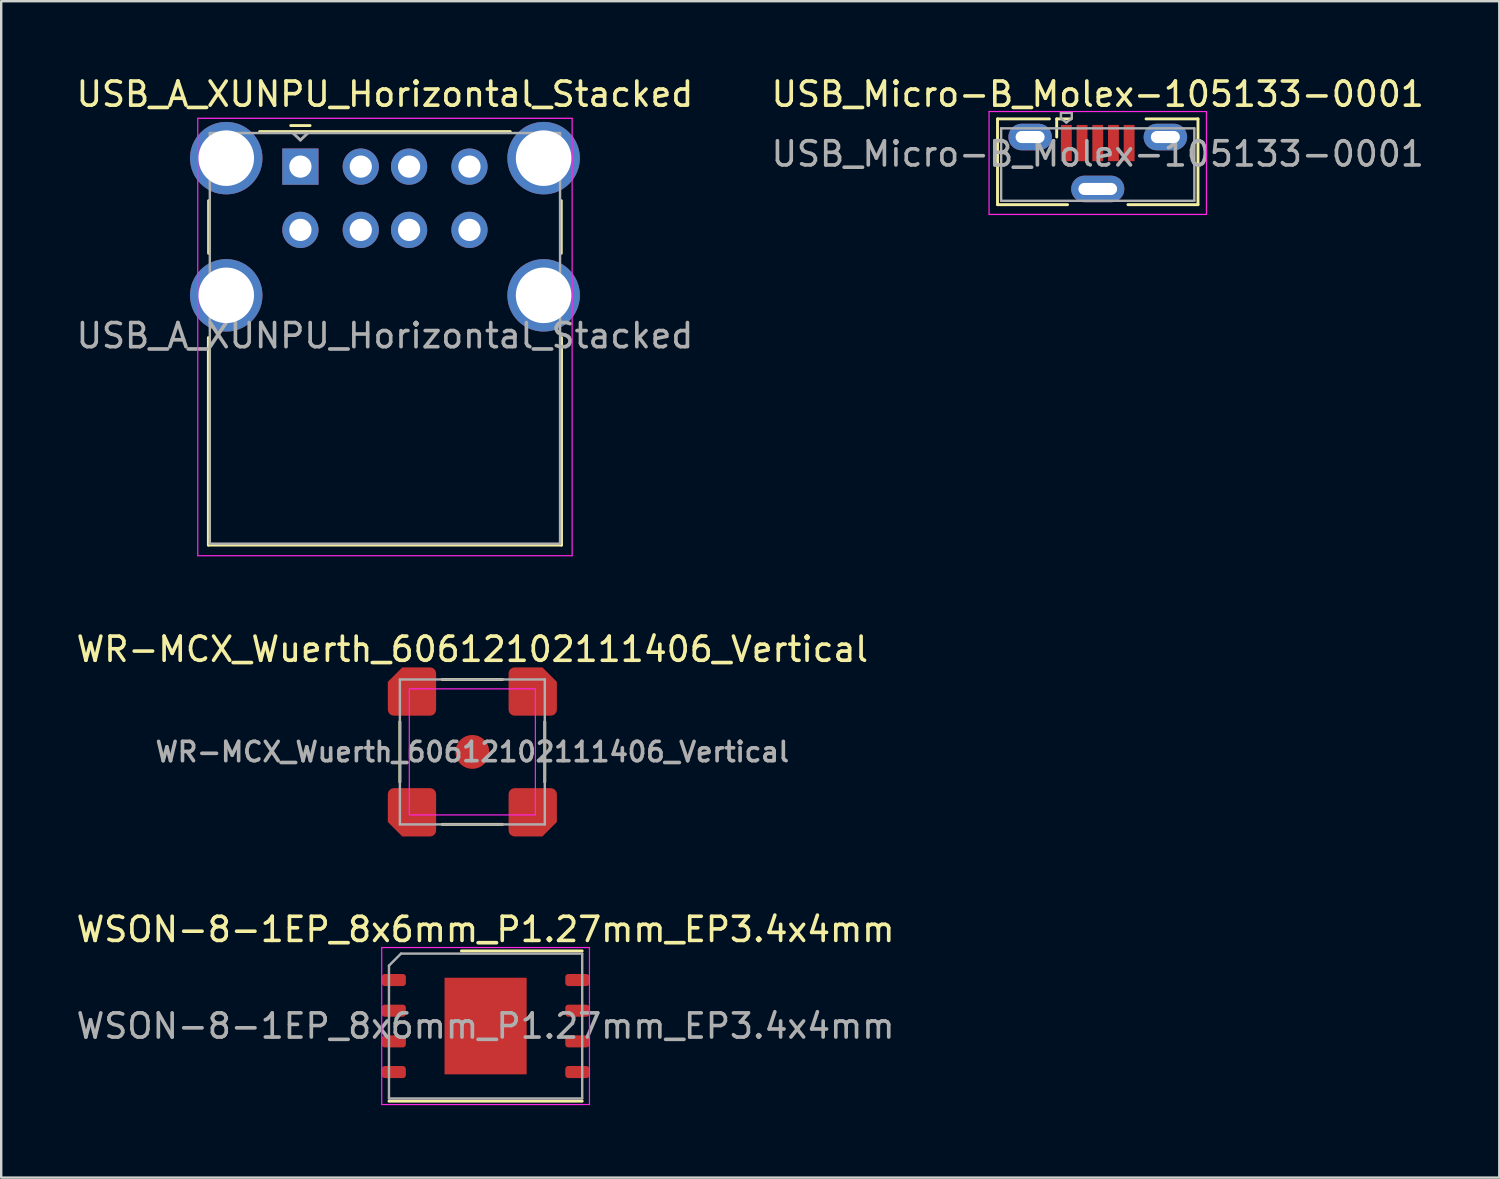
<source format=kicad_pcb>
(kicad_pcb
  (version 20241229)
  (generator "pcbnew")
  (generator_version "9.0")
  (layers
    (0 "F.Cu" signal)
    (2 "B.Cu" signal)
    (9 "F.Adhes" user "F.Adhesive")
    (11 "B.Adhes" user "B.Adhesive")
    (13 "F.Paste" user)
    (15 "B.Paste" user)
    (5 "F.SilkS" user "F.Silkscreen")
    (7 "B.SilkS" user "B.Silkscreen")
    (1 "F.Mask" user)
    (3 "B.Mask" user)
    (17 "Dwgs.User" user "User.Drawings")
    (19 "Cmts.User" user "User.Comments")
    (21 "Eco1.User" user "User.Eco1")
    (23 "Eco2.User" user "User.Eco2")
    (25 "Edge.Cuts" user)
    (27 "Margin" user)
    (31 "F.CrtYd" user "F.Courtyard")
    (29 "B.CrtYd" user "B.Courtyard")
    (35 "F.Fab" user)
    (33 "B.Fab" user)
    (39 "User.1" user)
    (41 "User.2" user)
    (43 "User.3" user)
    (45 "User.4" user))
  (footprint "WR-MCX_Wuerth_60612102111406_Vertical"
    (layer "F.Cu")
    (at 16.506 28.081)
    (property "Reference" "WR-MCX_Wuerth_60612102111406_Vertical" (at 0 -4.25 0) (unlocked yes) (layer "F.SilkS") (effects (font (size 1 1) (thickness 0.15))))
    (attr smd)
    (fp_line (start -3 1.25) (end -3 -1.25) (stroke (width 0.12) (type solid)) (layer "F.SilkS"))
    (fp_line (start -1.25 -3) (end 1.25 -3) (stroke (width 0.12) (type solid)) (layer "F.SilkS"))
    (fp_line (start 1.25 3) (end -1.25 3) (stroke (width 0.12) (type solid)) (layer "F.SilkS"))
    (fp_line (start 3 -1.25) (end 3 1.25) (stroke (width 0.12) (type solid)) (layer "F.SilkS"))
    (fp_rect (start -2.61 -2.61) (end 2.61 2.61) (stroke (width 0.05) (type default)) (fill no) (layer "F.CrtYd"))
    (fp_line (start -3 -3) (end 3 -3) (stroke (width 0.1) (type solid)) (layer "F.Fab"))
    (fp_line (start -3 3) (end -3 -3) (stroke (width 0.1) (type solid)) (layer "F.Fab"))
    (fp_line (start 3 -3) (end 3 3) (stroke (width 0.1) (type solid)) (layer "F.Fab"))
    (fp_line (start 3 3) (end -3 3) (stroke (width 0.1) (type solid)) (layer "F.Fab"))
    (fp_text user "${REFERENCE}" (at 0 0 0) (unlocked yes) (layer "F.Fab") (effects (font (size 0.8 0.8) (thickness 0.15))))
    (pad "1" smd circle (at 0 0) (size 1.4 1.4) (layers "F.Cu" "F.Mask" "F.Paste"))
    (pad "2" smd roundrect (at -2.5 -2.5) (size 2 2) (layers "F.Cu" "F.Mask" "F.Paste") (roundrect_rratio 0.125) (chamfer_ratio 0.3) (chamfer top_left))
    (pad "2" smd roundrect (at -2.5 2.5) (size 2 2) (layers "F.Cu" "F.Mask" "F.Paste") (roundrect_rratio 0.125) (chamfer_ratio 0.3) (chamfer bottom_left))
    (pad "2" smd roundrect (at 2.5 -2.5) (size 2 2) (layers "F.Cu" "F.Mask" "F.Paste") (roundrect_rratio 0.125) (chamfer_ratio 0.3) (chamfer top_right))
    (pad "2" smd roundrect (at 2.5 2.5) (size 2 2) (layers "F.Cu" "F.Mask" "F.Paste") (roundrect_rratio 0.125) (chamfer_ratio 0.3) (chamfer bottom_right)))
  (footprint "USB_Micro-B_Molex-105133-0001"
    (layer "F.Cu")
    (at 42.399 3.698)
    (property "Reference" "USB_Micro-B_Molex-105133-0001" (at 0 -2.85 0) (layer "F.SilkS") (effects (font (size 1 1) (thickness 0.15))))
    (attr smd)
    (fp_line (start -4.15 -1.825) (end -4.15 1.725) (stroke (width 0.12) (type solid)) (layer "F.SilkS"))
    (fp_line (start -4.15 1.725) (end -1.25 1.725) (stroke (width 0.12) (type solid)) (layer "F.SilkS"))
    (fp_line (start -2 -1.825) (end -4.15 -1.825) (stroke (width 0.12) (type solid)) (layer "F.SilkS"))
    (fp_line (start -1.7 -1.825) (end -1.1 -1.825) (stroke (width 0.12) (type solid)) (layer "F.SilkS"))
    (fp_line (start -1.7 -1.075) (end -1.7 -1.825) (stroke (width 0.12) (type solid)) (layer "F.SilkS"))
    (fp_line (start 2 -1.825) (end 4.15 -1.825) (stroke (width 0.12) (type solid)) (layer "F.SilkS"))
    (fp_line (start 4.15 -1.825) (end 4.15 1.725) (stroke (width 0.12) (type solid)) (layer "F.SilkS"))
    (fp_line (start 4.15 1.725) (end 1.25 1.725) (stroke (width 0.12) (type solid)) (layer "F.SilkS"))
    (fp_line (start -4.5 -2.13) (end 4.5 -2.13) (stroke (width 0.05) (type solid)) (layer "F.CrtYd"))
    (fp_line (start -4.5 2.13) (end -4.5 -2.13) (stroke (width 0.05) (type solid)) (layer "F.CrtYd"))
    (fp_line (start -4.5 2.13) (end 4.5 2.13) (stroke (width 0.05) (type solid)) (layer "F.CrtYd"))
    (fp_line (start 4.5 2.13) (end 4.5 -2.13) (stroke (width 0.05) (type solid)) (layer "F.CrtYd"))
    (fp_line (start -4 1.565) (end -4 -1.435) (stroke (width 0.1) (type solid)) (layer "F.Fab"))
    (fp_line (start -4 1.565) (end 4 1.565) (stroke (width 0.1) (type solid)) (layer "F.Fab"))
    (fp_line (start -1.525 -2.075) (end -1.075 -2.075) (stroke (width 0.1) (type solid)) (layer "F.Fab"))
    (fp_line (start -1.525 -1.85) (end -1.525 -2.075) (stroke (width 0.1) (type solid)) (layer "F.Fab"))
    (fp_line (start -1.3 -1.675) (end -1.525 -1.85) (stroke (width 0.1) (type solid)) (layer "F.Fab"))
    (fp_line (start -1.3 -1.675) (end -1.075 -1.85) (stroke (width 0.1) (type solid)) (layer "F.Fab"))
    (fp_line (start -1.075 -2.075) (end -1.075 -1.85) (stroke (width 0.1) (type solid)) (layer "F.Fab"))
    (fp_line (start 4 -1.435) (end -4 -1.435) (stroke (width 0.1) (type solid)) (layer "F.Fab"))
    (fp_line (start 4 1.565) (end 4 -1.435) (stroke (width 0.1) (type solid)) (layer "F.Fab"))
    (fp_text user "${REFERENCE}" (at 0 -0.375 0) (layer "F.Fab") (effects (font (size 1 1) (thickness 0.15))))
    (pad "1" smd rect (at -1.3 -0.825) (size 0.45 1.5) (layers "F.Cu" "F.Mask" "F.Paste"))
    (pad "2" smd rect (at -0.65 -0.825) (size 0.45 1.5) (layers "F.Cu" "F.Mask" "F.Paste"))
    (pad "3" smd rect (at 0 -0.825) (size 0.45 1.5) (layers "F.Cu" "F.Mask" "F.Paste"))
    (pad "4" smd rect (at 0.65 -0.825) (size 0.45 1.5) (layers "F.Cu" "F.Mask" "F.Paste"))
    (pad "5" smd rect (at 1.3 -0.825) (size 0.45 1.5) (layers "F.Cu" "F.Mask" "F.Paste"))
    (pad "6" thru_hole oval (at -2.8 -1.075) (size 1.8 1.1) (drill oval 1.2 0.5) (layers "*.Cu" "*.Mask"))
    (pad "6" thru_hole oval (at 0 1.075) (size 2.2 1.1) (drill oval 1.6 0.5) (layers "*.Cu" "*.Mask"))
    (pad "6" thru_hole oval (at 2.8 -1.075) (size 1.8 1.1) (drill oval 1.2 0.5) (layers "*.Cu" "*.Mask")))
  (footprint "WSON-8-1EP_8x6mm_P1.27mm_EP3.4x4mm"
    (layer "F.Cu")
    (at 17.054 39.43)
    (property "Reference" "WSON-8-1EP_8x6mm_P1.27mm_EP3.4x4mm" (at 0 -4 0) (layer "F.SilkS") (effects (font (size 1 1) (thickness 0.15))))
    (attr smd)
    (fp_line (start -4 3.11) (end 4 3.11) (stroke (width 0.12) (type solid)) (layer "F.SilkS"))
    (fp_line (start -1 -3.11) (end 4 -3.11) (stroke (width 0.12) (type solid)) (layer "F.SilkS"))
    (fp_line (start -4.3 -3.25) (end -4.3 3.25) (stroke (width 0.05) (type solid)) (layer "F.CrtYd"))
    (fp_line (start -4.3 3.25) (end 4.3 3.25) (stroke (width 0.05) (type solid)) (layer "F.CrtYd"))
    (fp_line (start 4.3 -3.25) (end -4.3 -3.25) (stroke (width 0.05) (type solid)) (layer "F.CrtYd"))
    (fp_line (start 4.3 3.25) (end 4.3 -3.25) (stroke (width 0.05) (type solid)) (layer "F.CrtYd"))
    (fp_line (start -4 -2.5) (end -3.5 -3) (stroke (width 0.1) (type solid)) (layer "F.Fab"))
    (fp_line (start -4 3) (end -4 -2.5) (stroke (width 0.1) (type solid)) (layer "F.Fab"))
    (fp_line (start -3.5 -3) (end 4 -3) (stroke (width 0.1) (type solid)) (layer "F.Fab"))
    (fp_line (start 4 -3) (end 4 3) (stroke (width 0.1) (type solid)) (layer "F.Fab"))
    (fp_line (start 4 3) (end -4 3) (stroke (width 0.1) (type solid)) (layer "F.Fab"))
    (fp_text user "${REFERENCE}" (at 0 0 0) (layer "F.Fab") (effects (font (size 1 1) (thickness 0.15))))
    (pad "" smd roundrect (at -0.85 -1) (size 1.37 1.61) (layers "F.Paste") (roundrect_rratio 0.182))
    (pad "" smd roundrect (at -0.85 1) (size 1.37 1.61) (layers "F.Paste") (roundrect_rratio 0.182))
    (pad "" smd roundrect (at 0.85 -1) (size 1.37 1.61) (layers "F.Paste") (roundrect_rratio 0.182))
    (pad "" smd roundrect (at 0.85 1) (size 1.37 1.61) (layers "F.Paste") (roundrect_rratio 0.182))
    (pad "1" smd roundrect (at -3.8 -1.905) (size 1 0.5) (layers "F.Cu" "F.Mask" "F.Paste") (roundrect_rratio 0.25))
    (pad "2" smd roundrect (at -3.8 -0.635) (size 1 0.5) (layers "F.Cu" "F.Mask" "F.Paste") (roundrect_rratio 0.25))
    (pad "3" smd roundrect (at -3.8 0.635) (size 1 0.5) (layers "F.Cu" "F.Mask" "F.Paste") (roundrect_rratio 0.25))
    (pad "4" smd roundrect (at -3.8 1.905) (size 1 0.5) (layers "F.Cu" "F.Mask" "F.Paste") (roundrect_rratio 0.25))
    (pad "5" smd roundrect (at 3.8 1.905) (size 1 0.5) (layers "F.Cu" "F.Mask" "F.Paste") (roundrect_rratio 0.25))
    (pad "6" smd roundrect (at 3.8 0.635) (size 1 0.5) (layers "F.Cu" "F.Mask" "F.Paste") (roundrect_rratio 0.25))
    (pad "7" smd roundrect (at 3.8 -0.635) (size 1 0.5) (layers "F.Cu" "F.Mask" "F.Paste") (roundrect_rratio 0.25))
    (pad "8" smd roundrect (at 3.8 -1.905) (size 1 0.5) (layers "F.Cu" "F.Mask" "F.Paste") (roundrect_rratio 0.25))
    (pad "9" smd rect (at 0 0) (size 3.4 4) (layers "F.Cu" "F.Mask")))
  (footprint "USB_A_XUNPU_Horizontal_Stacked"
    (layer "F.Cu")
    (at 9.387 3.848)
    (property "Reference" "USB_A_XUNPU_Horizontal_Stacked" (at 3.5 -3 0) (layer "F.SilkS") (effects (font (size 1 1) (thickness 0.15))))
    (attr through_hole)
    (fp_line (start -3.81 15.67) (end -3.81 7.08) (stroke (width 0.12) (type solid)) (layer "F.SilkS"))
    (fp_line (start -3.8 3.59) (end -3.8 1.41) (stroke (width 0.12) (type solid)) (layer "F.SilkS"))
    (fp_line (start -1.69 -1.45) (end 8.69 -1.45) (stroke (width 0.12) (type solid)) (layer "F.SilkS"))
    (fp_line (start 0.4 -1.7) (end -0.4 -1.7) (stroke (width 0.12) (type solid)) (layer "F.SilkS"))
    (fp_line (start 10.8 3.59) (end 10.8 1.41) (stroke (width 0.12) (type solid)) (layer "F.SilkS"))
    (fp_line (start 10.81 7.08) (end 10.81 15.67) (stroke (width 0.12) (type solid)) (layer "F.SilkS"))
    (fp_line (start 10.81 15.67) (end -3.81 15.67) (stroke (width 0.12) (type solid)) (layer "F.SilkS"))
    (fp_line (start -4.25 -2) (end -4.25 16.11) (stroke (width 0.05) (type solid)) (layer "F.CrtYd"))
    (fp_line (start -4.25 -2) (end 11.25 -2) (stroke (width 0.05) (type solid)) (layer "F.CrtYd"))
    (fp_line (start -4.25 16.11) (end 11.25 16.11) (stroke (width 0.05) (type solid)) (layer "F.CrtYd"))
    (fp_line (start 11.25 -2) (end 11.25 16.11) (stroke (width 0.05) (type solid)) (layer "F.CrtYd"))
    (fp_line (start -3.75 -1.39) (end -3.75 15.61) (stroke (width 0.1) (type solid)) (layer "F.Fab"))
    (fp_line (start 0 -1.1) (end -0.3 -1.38) (stroke (width 0.12) (type solid)) (layer "F.Fab"))
    (fp_line (start 0 -1.1) (end 0.3 -1.38) (stroke (width 0.12) (type solid)) (layer "F.Fab"))
    (fp_line (start 10.75 -1.39) (end -3.75 -1.39) (stroke (width 0.1) (type solid)) (layer "F.Fab"))
    (fp_line (start 10.75 -1.39) (end 10.75 15.61) (stroke (width 0.1) (type solid)) (layer "F.Fab"))
    (fp_line (start 10.75 15.61) (end -3.75 15.61) (stroke (width 0.1) (type solid)) (layer "F.Fab"))
    (fp_text user "${REFERENCE}" (at 3.5 7 0) (layer "F.Fab") (effects (font (size 1 1) (thickness 0.15))))
    (pad "1" thru_hole rect (at 0 0) (size 1.5 1.5) (drill 0.92) (layers "*.Cu" "*.Mask"))
    (pad "2" thru_hole circle (at 2.5 0) (size 1.5 1.5) (drill 0.92) (layers "*.Cu" "*.Mask"))
    (pad "3" thru_hole circle (at 4.5 0) (size 1.5 1.5) (drill 0.92) (layers "*.Cu" "*.Mask"))
    (pad "4" thru_hole circle (at 7 0) (size 1.5 1.5) (drill 0.92) (layers "*.Cu" "*.Mask"))
    (pad "5" thru_hole circle (at 0 2.62) (size 1.5 1.5) (drill 0.92) (layers "*.Cu" "*.Mask"))
    (pad "6" thru_hole circle (at 2.5 2.62) (size 1.5 1.5) (drill 0.92) (layers "*.Cu" "*.Mask"))
    (pad "7" thru_hole circle (at 4.5 2.62) (size 1.5 1.5) (drill 0.92) (layers "*.Cu" "*.Mask"))
    (pad "8" thru_hole circle (at 7 2.62) (size 1.5 1.5) (drill 0.92) (layers "*.Cu" "*.Mask"))
    (pad "9" thru_hole circle (at -3.07 -0.35) (size 3 3) (drill 2.3) (layers "*.Cu" "*.Mask"))
    (pad "9" thru_hole circle (at -3.07 5.33) (size 3 3) (drill 2.3) (layers "*.Cu" "*.Mask"))
    (pad "9" thru_hole circle (at 10.07 -0.35) (size 3 3) (drill 2.3) (layers "*.Cu" "*.Mask"))
    (pad "9" thru_hole circle (at 10.07 5.33) (size 3 3) (drill 2.3) (layers "*.Cu" "*.Mask")))
  (gr_rect
    (start -3 -3)
    (end 59.024 45.705)
    (stroke (width 0.1) (type default))
    (fill no)
    (layer "Edge.Cuts")))
</source>
